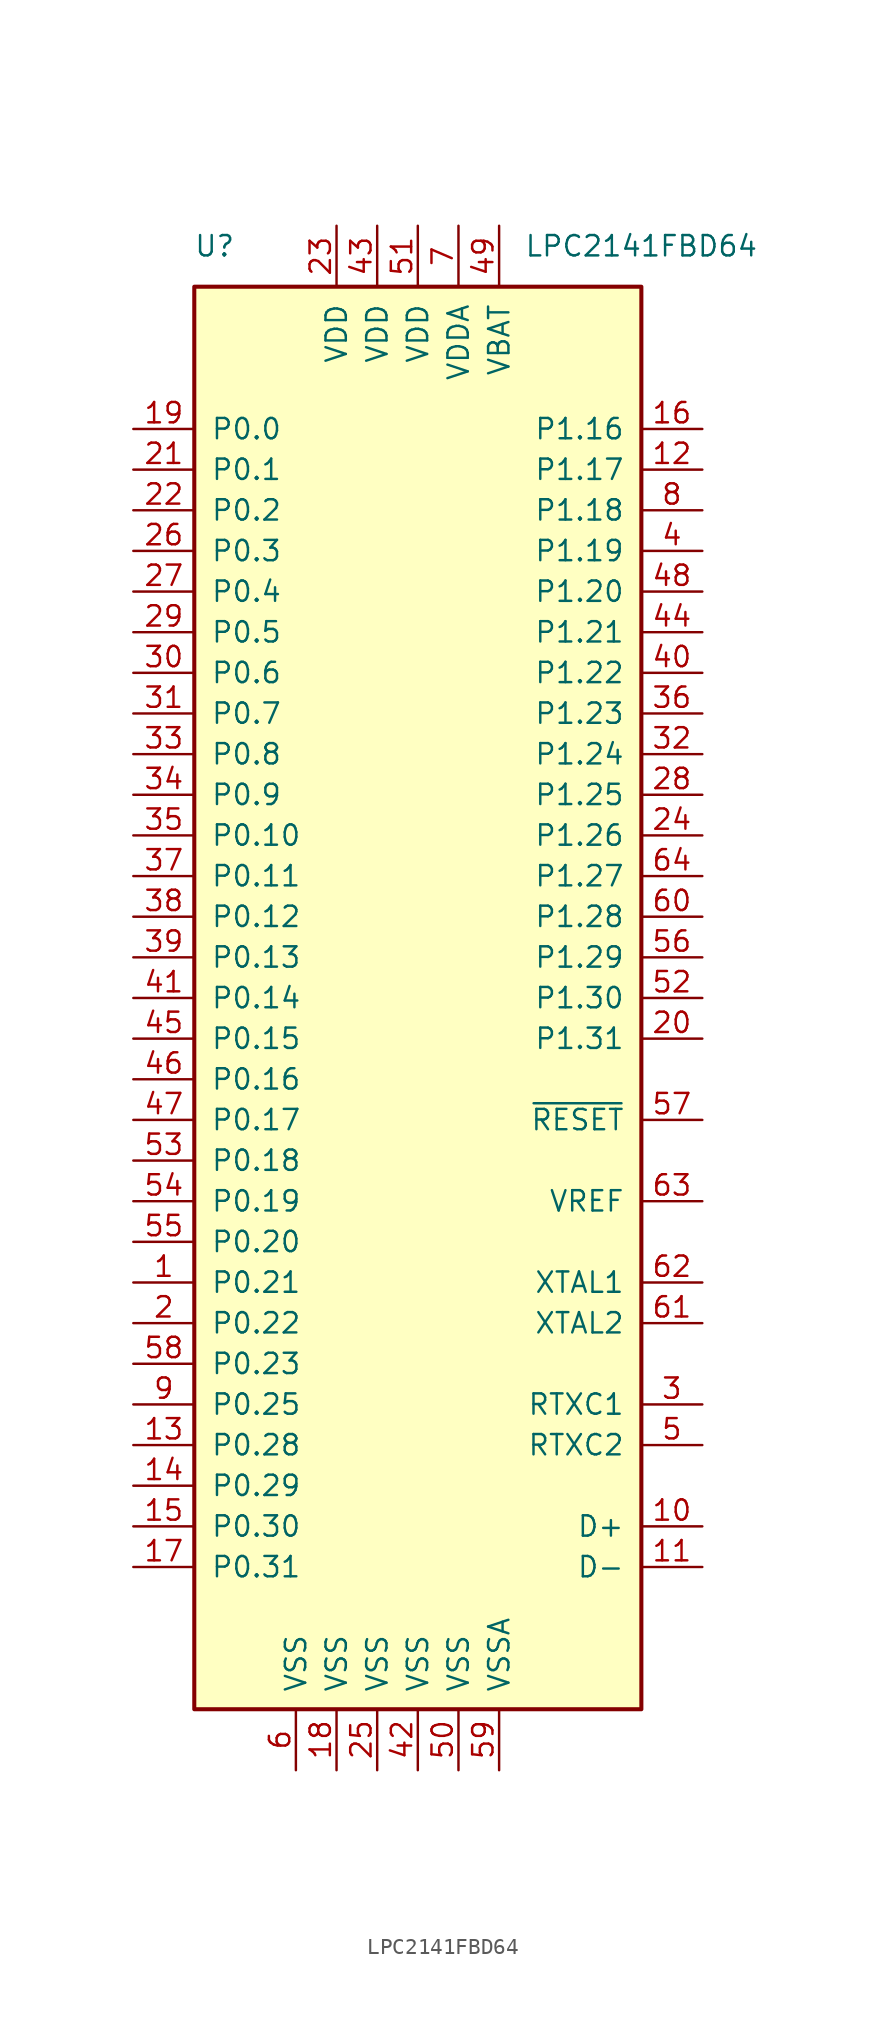
<source format=kicad_sym>
(kicad_symbol_lib
  (version 20201005)
  (generator kicad_symbol_editor)
  (symbol "MCU_NXP_LPC:LPC2141FBD64"
    (pin_names
      (offset 1.016))
    (property "Reference" "U"
      (at -12.7 46.99 0)
      (effects (font (size 1.27 1.27))))
    (property "Value" "LPC2141FBD64"
      (at 13.97 46.99 0)
      (effects (font (size 1.27 1.27))))
    (symbol "LPC2141FBD64_0_1"
      (rectangle (start 13.97 44.45) (end -13.97 -44.45) (stroke (width 0.254)) (fill (type background))))
    (symbol "LPC2141FBD64_1_1"
      (pin bidirectional line (at -17.78 -17.78 0) (length 3.81) (name "P0.21" (effects (font (size 1.27 1.27)))) (number "1" (effects (font (size 1.27 1.27)))))
      (pin bidirectional line (at 17.78 -33.02 180) (length 3.81) (name "D+" (effects (font (size 1.27 1.27)))) (number "10" (effects (font (size 1.27 1.27)))))
      (pin bidirectional line (at 17.78 -35.56 180) (length 3.81) (name "D-" (effects (font (size 1.27 1.27)))) (number "11" (effects (font (size 1.27 1.27)))))
      (pin bidirectional line (at 17.78 33.02 180) (length 3.81) (name "P1.17" (effects (font (size 1.27 1.27)))) (number "12" (effects (font (size 1.27 1.27)))))
      (pin bidirectional line (at -17.78 -27.94 0) (length 3.81) (name "P0.28" (effects (font (size 1.27 1.27)))) (number "13" (effects (font (size 1.27 1.27)))))
      (pin bidirectional line (at -17.78 -30.48 0) (length 3.81) (name "P0.29" (effects (font (size 1.27 1.27)))) (number "14" (effects (font (size 1.27 1.27)))))
      (pin bidirectional line (at -17.78 -33.02 0) (length 3.81) (name "P0.30" (effects (font (size 1.27 1.27)))) (number "15" (effects (font (size 1.27 1.27)))))
      (pin bidirectional line (at 17.78 35.56 180) (length 3.81) (name "P1.16" (effects (font (size 1.27 1.27)))) (number "16" (effects (font (size 1.27 1.27)))))
      (pin output line (at -17.78 -35.56 0) (length 3.81) (name "P0.31" (effects (font (size 1.27 1.27)))) (number "17" (effects (font (size 1.27 1.27)))))
      (pin power_in line (at -5.08 -48.26 90) (length 3.81) (name "VSS" (effects (font (size 1.27 1.27)))) (number "18" (effects (font (size 1.27 1.27)))))
      (pin bidirectional line (at -17.78 35.56 0) (length 3.81) (name "P0.0" (effects (font (size 1.27 1.27)))) (number "19" (effects (font (size 1.27 1.27)))))
      (pin bidirectional line (at -17.78 -20.32 0) (length 3.81) (name "P0.22" (effects (font (size 1.27 1.27)))) (number "2" (effects (font (size 1.27 1.27)))))
      (pin bidirectional line (at 17.78 -2.54 180) (length 3.81) (name "P1.31" (effects (font (size 1.27 1.27)))) (number "20" (effects (font (size 1.27 1.27)))))
      (pin bidirectional line (at -17.78 33.02 0) (length 3.81) (name "P0.1" (effects (font (size 1.27 1.27)))) (number "21" (effects (font (size 1.27 1.27)))))
      (pin bidirectional line (at -17.78 30.48 0) (length 3.81) (name "P0.2" (effects (font (size 1.27 1.27)))) (number "22" (effects (font (size 1.27 1.27)))))
      (pin power_in line (at -5.08 48.26 270) (length 3.81) (name "VDD" (effects (font (size 1.27 1.27)))) (number "23" (effects (font (size 1.27 1.27)))))
      (pin bidirectional line (at 17.78 10.16 180) (length 3.81) (name "P1.26" (effects (font (size 1.27 1.27)))) (number "24" (effects (font (size 1.27 1.27)))))
      (pin power_in line (at -2.54 -48.26 90) (length 3.81) (name "VSS" (effects (font (size 1.27 1.27)))) (number "25" (effects (font (size 1.27 1.27)))))
      (pin bidirectional line (at -17.78 27.94 0) (length 3.81) (name "P0.3" (effects (font (size 1.27 1.27)))) (number "26" (effects (font (size 1.27 1.27)))))
      (pin bidirectional line (at -17.78 25.4 0) (length 3.81) (name "P0.4" (effects (font (size 1.27 1.27)))) (number "27" (effects (font (size 1.27 1.27)))))
      (pin bidirectional line (at 17.78 12.7 180) (length 3.81) (name "P1.25" (effects (font (size 1.27 1.27)))) (number "28" (effects (font (size 1.27 1.27)))))
      (pin bidirectional line (at -17.78 22.86 0) (length 3.81) (name "P0.5" (effects (font (size 1.27 1.27)))) (number "29" (effects (font (size 1.27 1.27)))))
      (pin input line (at 17.78 -25.4 180) (length 3.81) (name "RTXC1" (effects (font (size 1.27 1.27)))) (number "3" (effects (font (size 1.27 1.27)))))
      (pin bidirectional line (at -17.78 20.32 0) (length 3.81) (name "P0.6" (effects (font (size 1.27 1.27)))) (number "30" (effects (font (size 1.27 1.27)))))
      (pin bidirectional line (at -17.78 17.78 0) (length 3.81) (name "P0.7" (effects (font (size 1.27 1.27)))) (number "31" (effects (font (size 1.27 1.27)))))
      (pin bidirectional line (at 17.78 15.24 180) (length 3.81) (name "P1.24" (effects (font (size 1.27 1.27)))) (number "32" (effects (font (size 1.27 1.27)))))
      (pin bidirectional line (at -17.78 15.24 0) (length 3.81) (name "P0.8" (effects (font (size 1.27 1.27)))) (number "33" (effects (font (size 1.27 1.27)))))
      (pin bidirectional line (at -17.78 12.7 0) (length 3.81) (name "P0.9" (effects (font (size 1.27 1.27)))) (number "34" (effects (font (size 1.27 1.27)))))
      (pin bidirectional line (at -17.78 10.16 0) (length 3.81) (name "P0.10" (effects (font (size 1.27 1.27)))) (number "35" (effects (font (size 1.27 1.27)))))
      (pin bidirectional line (at 17.78 17.78 180) (length 3.81) (name "P1.23" (effects (font (size 1.27 1.27)))) (number "36" (effects (font (size 1.27 1.27)))))
      (pin bidirectional line (at -17.78 7.62 0) (length 3.81) (name "P0.11" (effects (font (size 1.27 1.27)))) (number "37" (effects (font (size 1.27 1.27)))))
      (pin bidirectional line (at -17.78 5.08 0) (length 3.81) (name "P0.12" (effects (font (size 1.27 1.27)))) (number "38" (effects (font (size 1.27 1.27)))))
      (pin bidirectional line (at -17.78 2.54 0) (length 3.81) (name "P0.13" (effects (font (size 1.27 1.27)))) (number "39" (effects (font (size 1.27 1.27)))))
      (pin bidirectional line (at 17.78 27.94 180) (length 3.81) (name "P1.19" (effects (font (size 1.27 1.27)))) (number "4" (effects (font (size 1.27 1.27)))))
      (pin bidirectional line (at 17.78 20.32 180) (length 3.81) (name "P1.22" (effects (font (size 1.27 1.27)))) (number "40" (effects (font (size 1.27 1.27)))))
      (pin bidirectional line (at -17.78 0 0) (length 3.81) (name "P0.14" (effects (font (size 1.27 1.27)))) (number "41" (effects (font (size 1.27 1.27)))))
      (pin power_in line (at 0 -48.26 90) (length 3.81) (name "VSS" (effects (font (size 1.27 1.27)))) (number "42" (effects (font (size 1.27 1.27)))))
      (pin power_in line (at -2.54 48.26 270) (length 3.81) (name "VDD" (effects (font (size 1.27 1.27)))) (number "43" (effects (font (size 1.27 1.27)))))
      (pin bidirectional line (at 17.78 22.86 180) (length 3.81) (name "P1.21" (effects (font (size 1.27 1.27)))) (number "44" (effects (font (size 1.27 1.27)))))
      (pin bidirectional line (at -17.78 -2.54 0) (length 3.81) (name "P0.15" (effects (font (size 1.27 1.27)))) (number "45" (effects (font (size 1.27 1.27)))))
      (pin bidirectional line (at -17.78 -5.08 0) (length 3.81) (name "P0.16" (effects (font (size 1.27 1.27)))) (number "46" (effects (font (size 1.27 1.27)))))
      (pin bidirectional line (at -17.78 -7.62 0) (length 3.81) (name "P0.17" (effects (font (size 1.27 1.27)))) (number "47" (effects (font (size 1.27 1.27)))))
      (pin bidirectional line (at 17.78 25.4 180) (length 3.81) (name "P1.20" (effects (font (size 1.27 1.27)))) (number "48" (effects (font (size 1.27 1.27)))))
      (pin power_in line (at 5.08 48.26 270) (length 3.81) (name "VBAT" (effects (font (size 1.27 1.27)))) (number "49" (effects (font (size 1.27 1.27)))))
      (pin output line (at 17.78 -27.94 180) (length 3.81) (name "RTXC2" (effects (font (size 1.27 1.27)))) (number "5" (effects (font (size 1.27 1.27)))))
      (pin power_in line (at 2.54 -48.26 90) (length 3.81) (name "VSS" (effects (font (size 1.27 1.27)))) (number "50" (effects (font (size 1.27 1.27)))))
      (pin power_in line (at 0 48.26 270) (length 3.81) (name "VDD" (effects (font (size 1.27 1.27)))) (number "51" (effects (font (size 1.27 1.27)))))
      (pin bidirectional line (at 17.78 0 180) (length 3.81) (name "P1.30" (effects (font (size 1.27 1.27)))) (number "52" (effects (font (size 1.27 1.27)))))
      (pin bidirectional line (at -17.78 -10.16 0) (length 3.81) (name "P0.18" (effects (font (size 1.27 1.27)))) (number "53" (effects (font (size 1.27 1.27)))))
      (pin bidirectional line (at -17.78 -12.7 0) (length 3.81) (name "P0.19" (effects (font (size 1.27 1.27)))) (number "54" (effects (font (size 1.27 1.27)))))
      (pin bidirectional line (at -17.78 -15.24 0) (length 3.81) (name "P0.20" (effects (font (size 1.27 1.27)))) (number "55" (effects (font (size 1.27 1.27)))))
      (pin bidirectional line (at 17.78 2.54 180) (length 3.81) (name "P1.29" (effects (font (size 1.27 1.27)))) (number "56" (effects (font (size 1.27 1.27)))))
      (pin input line (at 17.78 -7.62 180) (length 3.81) (name "~RESET" (effects (font (size 1.27 1.27)))) (number "57" (effects (font (size 1.27 1.27)))))
      (pin bidirectional line (at -17.78 -22.86 0) (length 3.81) (name "P0.23" (effects (font (size 1.27 1.27)))) (number "58" (effects (font (size 1.27 1.27)))))
      (pin power_in line (at 5.08 -48.26 90) (length 3.81) (name "VSSA" (effects (font (size 1.27 1.27)))) (number "59" (effects (font (size 1.27 1.27)))))
      (pin power_in line (at -7.62 -48.26 90) (length 3.81) (name "VSS" (effects (font (size 1.27 1.27)))) (number "6" (effects (font (size 1.27 1.27)))))
      (pin bidirectional line (at 17.78 5.08 180) (length 3.81) (name "P1.28" (effects (font (size 1.27 1.27)))) (number "60" (effects (font (size 1.27 1.27)))))
      (pin output line (at 17.78 -20.32 180) (length 3.81) (name "XTAL2" (effects (font (size 1.27 1.27)))) (number "61" (effects (font (size 1.27 1.27)))))
      (pin input line (at 17.78 -17.78 180) (length 3.81) (name "XTAL1" (effects (font (size 1.27 1.27)))) (number "62" (effects (font (size 1.27 1.27)))))
      (pin input line (at 17.78 -12.7 180) (length 3.81) (name "VREF" (effects (font (size 1.27 1.27)))) (number "63" (effects (font (size 1.27 1.27)))))
      (pin bidirectional line (at 17.78 7.62 180) (length 3.81) (name "P1.27" (effects (font (size 1.27 1.27)))) (number "64" (effects (font (size 1.27 1.27)))))
      (pin power_in line (at 2.54 48.26 270) (length 3.81) (name "VDDA" (effects (font (size 1.27 1.27)))) (number "7" (effects (font (size 1.27 1.27)))))
      (pin bidirectional line (at 17.78 30.48 180) (length 3.81) (name "P1.18" (effects (font (size 1.27 1.27)))) (number "8" (effects (font (size 1.27 1.27)))))
      (pin bidirectional line (at -17.78 -25.4 0) (length 3.81) (name "P0.25" (effects (font (size 1.27 1.27)))) (number "9" (effects (font (size 1.27 1.27))))))))
</source>
